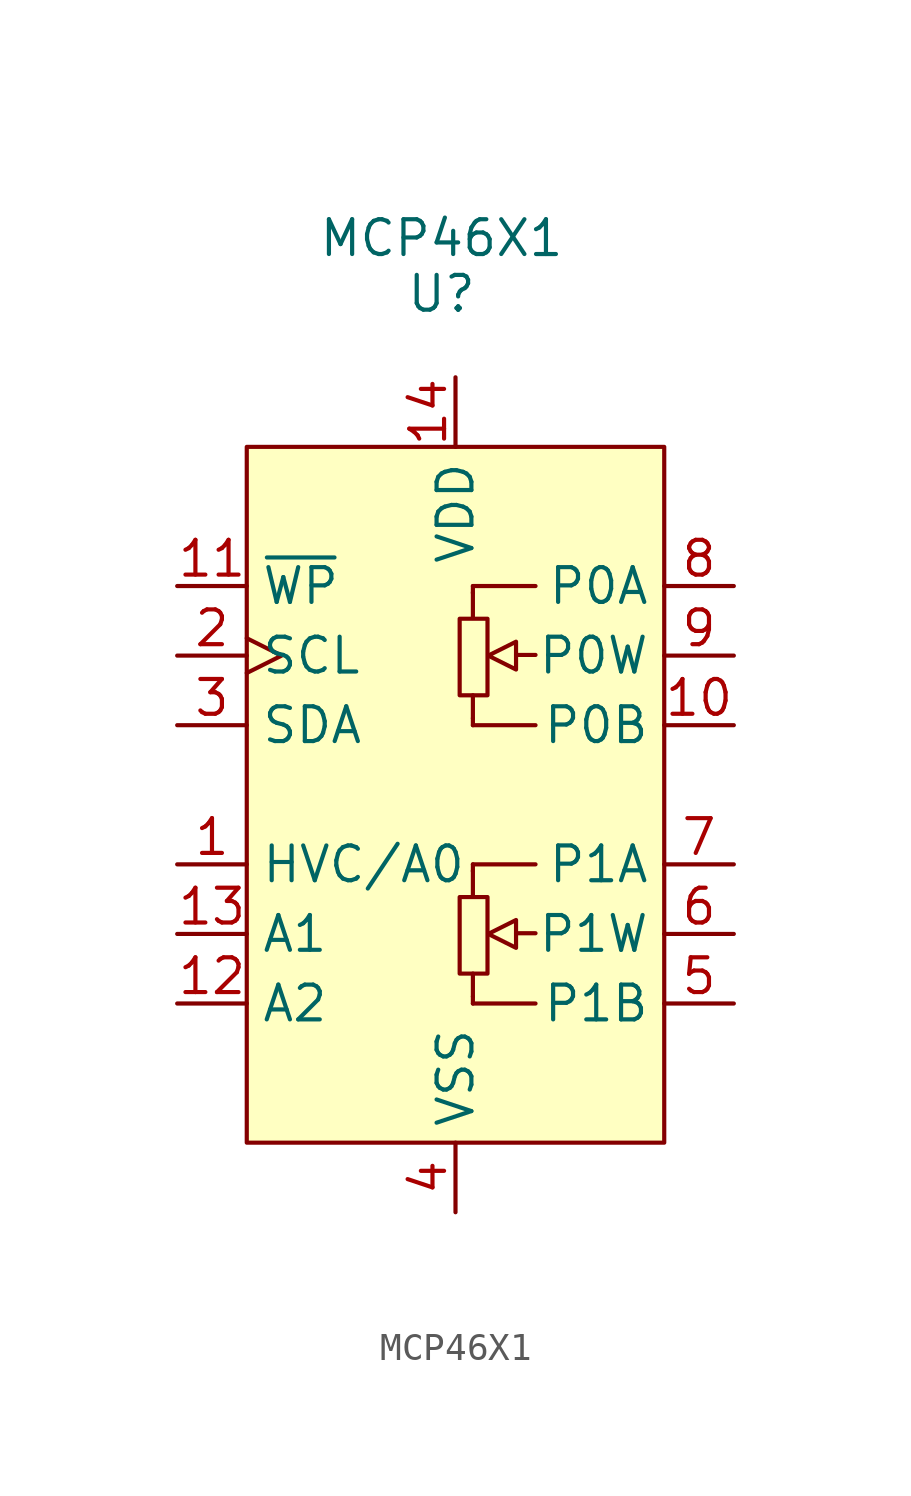
<source format=kicad_sym>
(kicad_symbol_lib
  (version 20231120)
  (generator "kicad_symbol_editor")
  (generator_version "8.0")
  (symbol "MCP46X1"
    (property "Reference" "U"
      (at -0.508 18.288 0)
      (effects (font (size 1.27 1.27))))
    (property "Value" "MCP46X1"
      (at -0.508 20.32 0)
      (effects (font (size 1.27 1.27))))
    (symbol "MCP46X1_1_1"
      (polyline (pts (xy 0.635 -7.366) (xy 0.635 -6.528)) (stroke (width 0) (type default)) (fill (type none)))
      (polyline (pts (xy 0.635 -2.769) (xy 0.635 -3.708)) (stroke (width 0) (type default)) (fill (type none)))
      (polyline (pts (xy 0.635 2.794) (xy 0.635 3.632)) (stroke (width 0) (type default)) (fill (type none)))
      (polyline (pts (xy 0.635 7.391) (xy 0.635 6.452)) (stroke (width 0) (type default)) (fill (type none)))
      (polyline (pts (xy 2.21 -5.055) (xy 2.921 -5.055)) (stroke (width 0) (type default)) (fill (type none)))
      (polyline (pts (xy 2.21 5.105) (xy 2.921 5.105)) (stroke (width 0) (type default)) (fill (type none)))
      (polyline (pts (xy 0.635 -7.62) (xy 0.635 -7.366) (xy 0.635 -7.366)) (stroke (width 0) (type default)) (fill (type background)))
      (polyline (pts (xy 0.635 -7.62) (xy 2.921 -7.62) (xy 2.921 -7.62)) (stroke (width 0) (type default)) (fill (type background)))
      (polyline (pts (xy 0.635 -2.54) (xy 0.635 -2.794) (xy 0.635 -2.794)) (stroke (width 0) (type default)) (fill (type none)))
      (polyline (pts (xy 0.635 -2.54) (xy 2.921 -2.54) (xy 2.921 -2.54)) (stroke (width 0) (type default)) (fill (type background)))
      (polyline (pts (xy 0.635 2.54) (xy 0.635 2.794) (xy 0.635 2.794)) (stroke (width 0) (type default)) (fill (type background)))
      (polyline (pts (xy 0.635 2.54) (xy 2.921 2.54) (xy 2.921 2.54)) (stroke (width 0) (type default)) (fill (type background)))
      (polyline (pts (xy 0.635 7.62) (xy 0.635 7.366) (xy 0.635 7.366)) (stroke (width 0) (type default)) (fill (type none)))
      (polyline (pts (xy 0.635 7.62) (xy 2.921 7.62) (xy 2.921 7.62)) (stroke (width 0) (type default)) (fill (type background)))
      (polyline (pts (xy 2.21 -4.572) (xy 2.21 -5.588) (xy 1.194 -5.08) (xy 2.21 -4.572) (xy 2.21 -4.572)) (stroke (width 0) (type default)) (fill (type background)))
      (polyline (pts (xy 2.21 5.588) (xy 2.21 4.572) (xy 1.194 5.08) (xy 2.21 5.588) (xy 2.21 5.588)) (stroke (width 0) (type default)) (fill (type background)))
      (polyline (pts (xy 0 12.7) (xy 7.62 12.7) (xy 7.62 0) (xy 7.62 -12.7) (xy -7.62 -12.7) (xy -7.62 12.7) (xy 0 12.7)) (stroke (width 0) (type default)) (fill (type background)))
      (rectangle (start 0.152 -3.734) (end 1.168 -6.528) (stroke (width 0) (type default)) (fill (type none)))
      (rectangle (start 0.152 6.426) (end 1.168 3.632) (stroke (width 0) (type default)) (fill (type none)))
      (pin input line (at -10.16 -2.54 0) (length 2.54) (name "HVC/A0" (effects (font (size 1.27 1.27)))) (number "1" (effects (font (size 1.27 1.27)))))
      (pin passive line (at 10.16 2.54 180) (length 2.54) (name "P0B" (effects (font (size 1.27 1.27)))) (number "10" (effects (font (size 1.27 1.27)))))
      (pin input line (at -10.16 7.62 0) (length 2.54) (name "~{WP}" (effects (font (size 1.27 1.27)))) (number "11" (effects (font (size 1.27 1.27)))))
      (pin input line (at -10.16 -7.62 0) (length 2.54) (name "A2" (effects (font (size 1.27 1.27)))) (number "12" (effects (font (size 1.27 1.27)))))
      (pin output line (at -10.16 -5.08 0) (length 2.54) (name "A1" (effects (font (size 1.27 1.27)))) (number "13" (effects (font (size 1.27 1.27)))))
      (pin power_in line (at 0 15.24 270) (length 2.54) (name "VDD" (effects (font (size 1.27 1.27)))) (number "14" (effects (font (size 1.27 1.27)))))
      (pin input clock (at -10.16 5.08 0) (length 2.54) (name "SCL" (effects (font (size 1.27 1.27)))) (number "2" (effects (font (size 1.27 1.27)))))
      (pin input line (at -10.16 2.54 0) (length 2.54) (name "SDA" (effects (font (size 1.27 1.27)))) (number "3" (effects (font (size 1.27 1.27)))))
      (pin power_in line (at 0 -15.24 90) (length 2.54) (name "VSS" (effects (font (size 1.27 1.27)))) (number "4" (effects (font (size 1.27 1.27)))))
      (pin passive line (at 10.16 -7.62 180) (length 2.54) (name "P1B" (effects (font (size 1.27 1.27)))) (number "5" (effects (font (size 1.27 1.27)))))
      (pin passive line (at 10.16 -5.08 180) (length 2.54) (name "P1W" (effects (font (size 1.27 1.27)))) (number "6" (effects (font (size 1.27 1.27)))))
      (pin passive line (at 10.16 -2.54 180) (length 2.54) (name "P1A" (effects (font (size 1.27 1.27)))) (number "7" (effects (font (size 1.27 1.27)))))
      (pin passive line (at 10.16 7.62 180) (length 2.54) (name "P0A" (effects (font (size 1.27 1.27)))) (number "8" (effects (font (size 1.27 1.27)))))
      (pin passive line (at 10.16 5.08 180) (length 2.54) (name "P0W" (effects (font (size 1.27 1.27)))) (number "9" (effects (font (size 1.27 1.27))))))))
</source>
